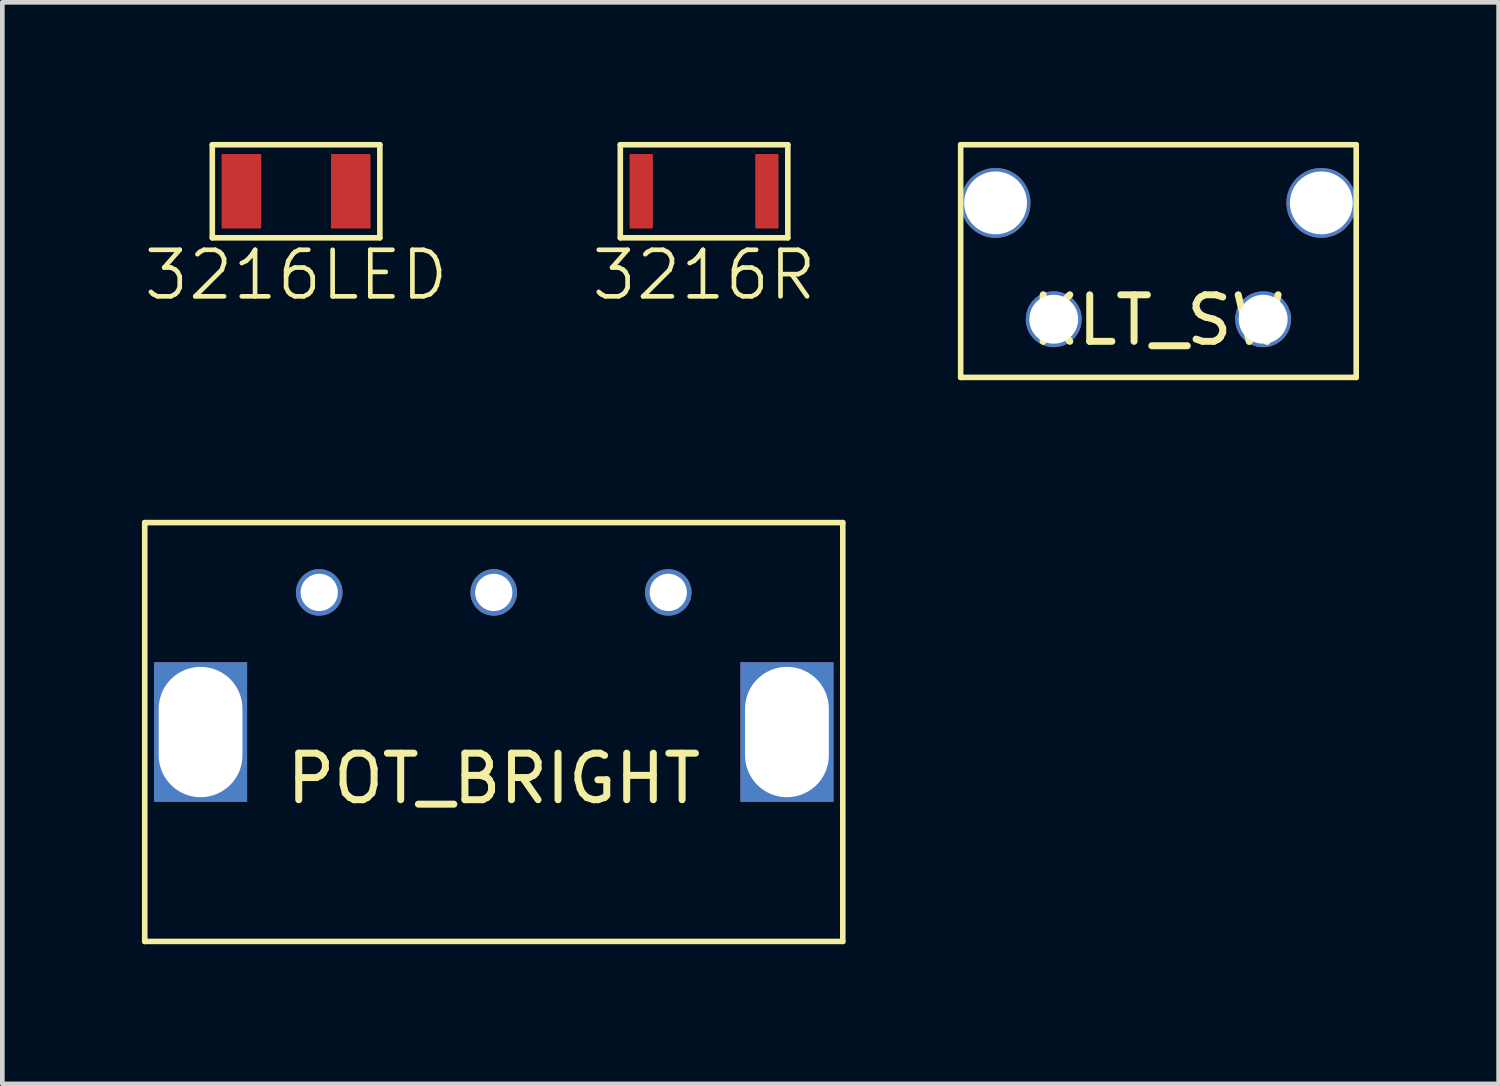
<source format=kicad_pcb>
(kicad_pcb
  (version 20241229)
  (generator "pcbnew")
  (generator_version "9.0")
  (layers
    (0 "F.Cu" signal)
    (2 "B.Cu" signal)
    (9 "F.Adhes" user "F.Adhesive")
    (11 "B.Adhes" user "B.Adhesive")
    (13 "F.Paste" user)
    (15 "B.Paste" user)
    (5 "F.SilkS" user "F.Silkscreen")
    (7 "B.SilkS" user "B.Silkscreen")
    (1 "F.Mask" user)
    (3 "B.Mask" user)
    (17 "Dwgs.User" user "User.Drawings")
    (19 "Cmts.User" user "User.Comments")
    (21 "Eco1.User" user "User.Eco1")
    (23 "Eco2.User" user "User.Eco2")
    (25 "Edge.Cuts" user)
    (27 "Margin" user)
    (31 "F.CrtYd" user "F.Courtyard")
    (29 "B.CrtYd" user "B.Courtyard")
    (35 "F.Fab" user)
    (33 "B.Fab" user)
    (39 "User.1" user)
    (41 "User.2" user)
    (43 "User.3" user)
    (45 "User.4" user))
  (footprint "KLT_SW"
    (layer "F.Cu")
    (at 21.843 2.56)
    (property "Reference" "KLT_SW" (at 0 1.27 0) (layer "F.SilkS") (effects (font (size 1 1) (thickness 0.15))))
    (attr through_hole)
    (fp_line (start -4.25 -2.5) (end 4.25 -2.5) (stroke (width 0.12) (type solid)) (layer "F.SilkS"))
    (fp_line (start -4.25 2.5) (end -4.25 -2.5) (stroke (width 0.12) (type solid)) (layer "F.SilkS"))
    (fp_line (start 4.25 -2.5) (end 4.25 2.5) (stroke (width 0.12) (type solid)) (layer "F.SilkS"))
    (fp_line (start 4.25 2.5) (end -4.25 2.5) (stroke (width 0.12) (type solid)) (layer "F.SilkS"))
    (pad "" thru_hole circle (at -3.5 -1.25) (size 1.5 1.5) (drill 1.35) (layers "*.Cu" "*.Mask"))
    (pad "" thru_hole circle (at 3.5 -1.25) (size 1.5 1.5) (drill 1.35) (layers "*.Cu" "*.Mask"))
    (pad "1" thru_hole circle (at -2.25 1.25) (size 1.2 1.2) (drill 1.05) (layers "*.Cu" "*.Mask"))
    (pad "2" thru_hole circle (at 2.25 1.25) (size 1.2 1.2) (drill 1.05) (layers "*.Cu" "*.Mask")))
  (footprint "3216R"
    (layer "F.Cu")
    (at 12.079 1.06)
    (property "Reference" "3216R" (at 0 1.8 0) (layer "F.SilkS") (effects (font (size 1 1) (thickness 0.1))))
    (attr through_hole)
    (fp_line (start -1.8 -1) (end -1.8 1) (stroke (width 0.12) (type solid)) (layer "F.SilkS"))
    (fp_line (start -1.8 1) (end 1.8 1) (stroke (width 0.12) (type solid)) (layer "F.SilkS"))
    (fp_line (start 1.8 -1) (end -1.8 -1) (stroke (width 0.12) (type solid)) (layer "F.SilkS"))
    (fp_line (start 1.8 1) (end 1.8 -1) (stroke (width 0.12) (type solid)) (layer "F.SilkS"))
    (pad "1" smd rect (at -1.35 0) (size 0.5 1.6) (layers "F.Cu" "F.Mask" "F.Paste"))
    (pad "2" smd rect (at 1.35 0) (size 0.5 1.6) (layers "F.Cu" "F.Mask" "F.Paste")))
  (footprint "3216LED"
    (layer "F.Cu")
    (at 3.312 1.06)
    (property "Reference" "3216LED" (at 0 1.8 0) (layer "F.SilkS") (effects (font (size 1 1) (thickness 0.1))))
    (attr through_hole)
    (fp_line (start -1.8 -1) (end 1.8 -1) (stroke (width 0.12) (type solid)) (layer "F.SilkS"))
    (fp_line (start -1.8 1) (end -1.8 -1) (stroke (width 0.12) (type solid)) (layer "F.SilkS"))
    (fp_line (start 1.8 1) (end -1.8 1) (stroke (width 0.12) (type solid)) (layer "F.SilkS"))
    (fp_line (start 1.8 1) (end 1.8 -1) (stroke (width 0.12) (type solid)) (layer "F.SilkS"))
    (pad "1" smd rect (at -1.175 0) (size 0.85 1.6) (layers "F.Cu" "F.Mask" "F.Paste"))
    (pad "2" smd rect (at 1.175 0) (size 0.85 1.6) (layers "F.Cu" "F.Mask" "F.Paste")))
  (footprint "POT_BRIGHT"
    (layer "F.Cu")
    (at 7.56 9.68)
    (property "Reference" "POT_BRIGHT" (at 0 4 0) (layer "F.SilkS") (effects (font (size 1 1) (thickness 0.15))))
    (attr through_hole)
    (fp_line (start -7.5 -1.5) (end -7.5 7.5) (stroke (width 0.12) (type solid)) (layer "F.SilkS"))
    (fp_line (start -7.5 -1.5) (end 7.5 -1.5) (stroke (width 0.12) (type solid)) (layer "F.SilkS"))
    (fp_line (start -7.5 7.5) (end 7.5 7.5) (stroke (width 0.12) (type solid)) (layer "F.SilkS"))
    (fp_line (start 7.5 -1.5) (end 7.5 7.5) (stroke (width 0.12) (type solid)) (layer "F.SilkS"))
    (pad "" thru_hole rect (at -6.3 3) (size 2 3) (drill oval 1.8 2.8) (layers "*.Cu" "*.Mask"))
    (pad "" thru_hole rect (at 6.3 3) (size 2 3) (drill oval 1.8 2.8) (layers "*.Cu" "*.Mask"))
    (pad "1" thru_hole circle (at -3.75 0) (size 1 1) (drill 0.8) (layers "*.Cu" "*.Mask"))
    (pad "2" thru_hole circle (at 0 0) (size 1 1) (drill 0.8) (layers "*.Cu" "*.Mask"))
    (pad "3" thru_hole circle (at 3.75 0) (size 1 1) (drill 0.8) (layers "*.Cu" "*.Mask")))
  (gr_rect
    (start -3 -3)
    (end 29.153 20.24)
    (stroke (width 0.1) (type default))
    (fill no)
    (layer "Edge.Cuts")))
</source>
